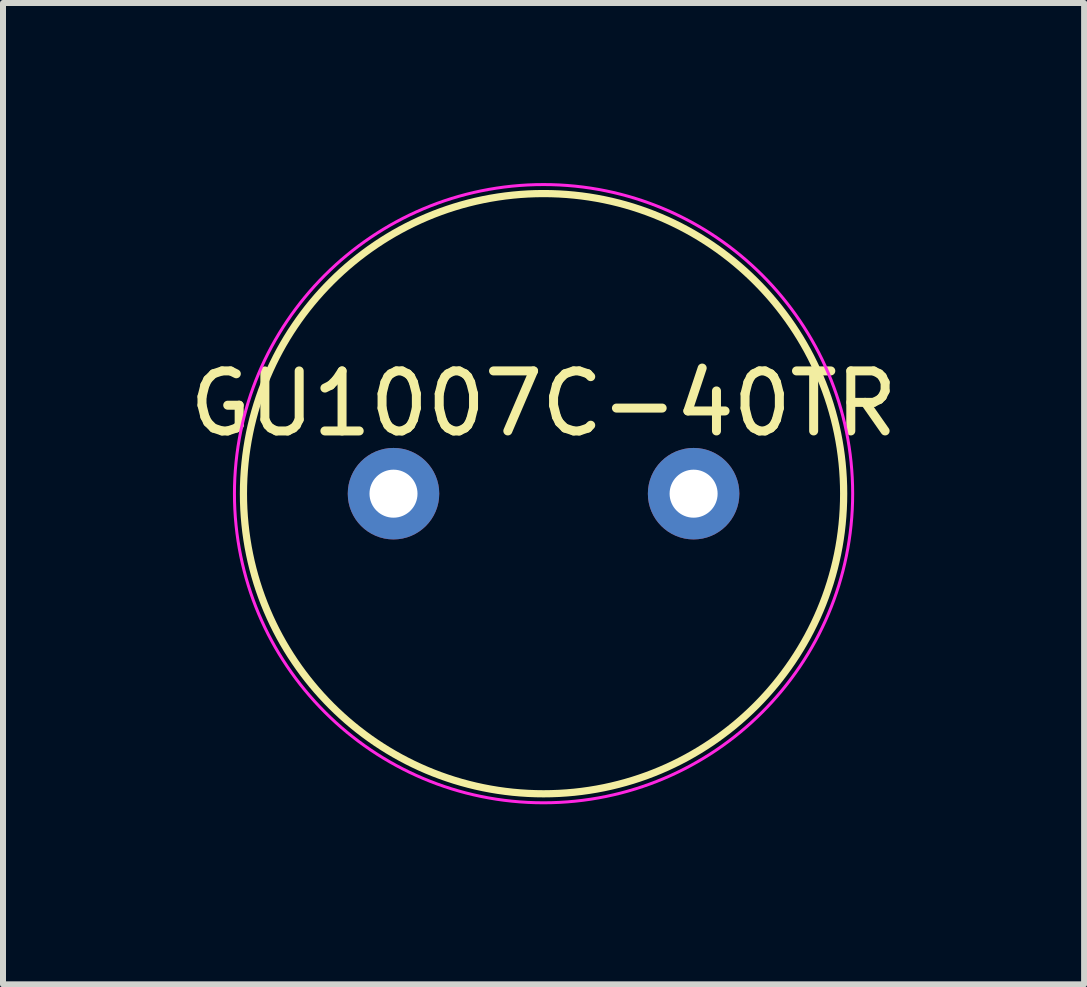
<source format=kicad_pcb>
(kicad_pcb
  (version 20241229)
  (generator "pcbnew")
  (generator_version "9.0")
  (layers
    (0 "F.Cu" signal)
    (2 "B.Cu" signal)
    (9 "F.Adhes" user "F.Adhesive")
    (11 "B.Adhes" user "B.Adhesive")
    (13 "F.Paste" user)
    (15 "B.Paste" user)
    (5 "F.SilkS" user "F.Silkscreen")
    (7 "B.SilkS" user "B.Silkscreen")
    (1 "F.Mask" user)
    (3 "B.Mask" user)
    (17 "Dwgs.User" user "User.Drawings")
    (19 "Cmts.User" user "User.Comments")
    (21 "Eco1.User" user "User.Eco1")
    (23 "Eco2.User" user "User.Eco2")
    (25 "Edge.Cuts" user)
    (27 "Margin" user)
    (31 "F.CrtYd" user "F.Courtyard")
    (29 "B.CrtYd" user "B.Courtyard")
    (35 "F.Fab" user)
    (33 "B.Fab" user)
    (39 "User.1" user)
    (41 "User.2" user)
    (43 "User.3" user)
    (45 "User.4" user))
  (footprint "GU1007C-40TR"
    (layer "F.Cu")
    (at 6.006 5.175)
    (property "Reference" "GU1007C-40TR" (at 0 -1.5 0) (layer "F.SilkS") (effects (font (size 1 1) (thickness 0.15))))
    (attr through_hole)
    (fp_circle (center 0 0) (end 0 -5) (stroke (width 0.12) (type solid)) (fill no) (layer "F.SilkS"))
    (fp_circle (center 0 0) (end 5.15 0) (stroke (width 0.05) (type solid)) (fill no) (layer "F.CrtYd"))
    (pad "1" thru_hole circle (at -2.5 0) (size 1.524 1.524) (drill 0.8) (layers "*.Cu" "*.Mask"))
    (pad "2" thru_hole circle (at 2.5 0) (size 1.524 1.524) (drill 0.8) (layers "*.Cu" "*.Mask")))
  (gr_rect
    (start -3 -3)
    (end 15.012 13.35)
    (stroke (width 0.1) (type default))
    (fill no)
    (layer "Edge.Cuts")))
</source>
